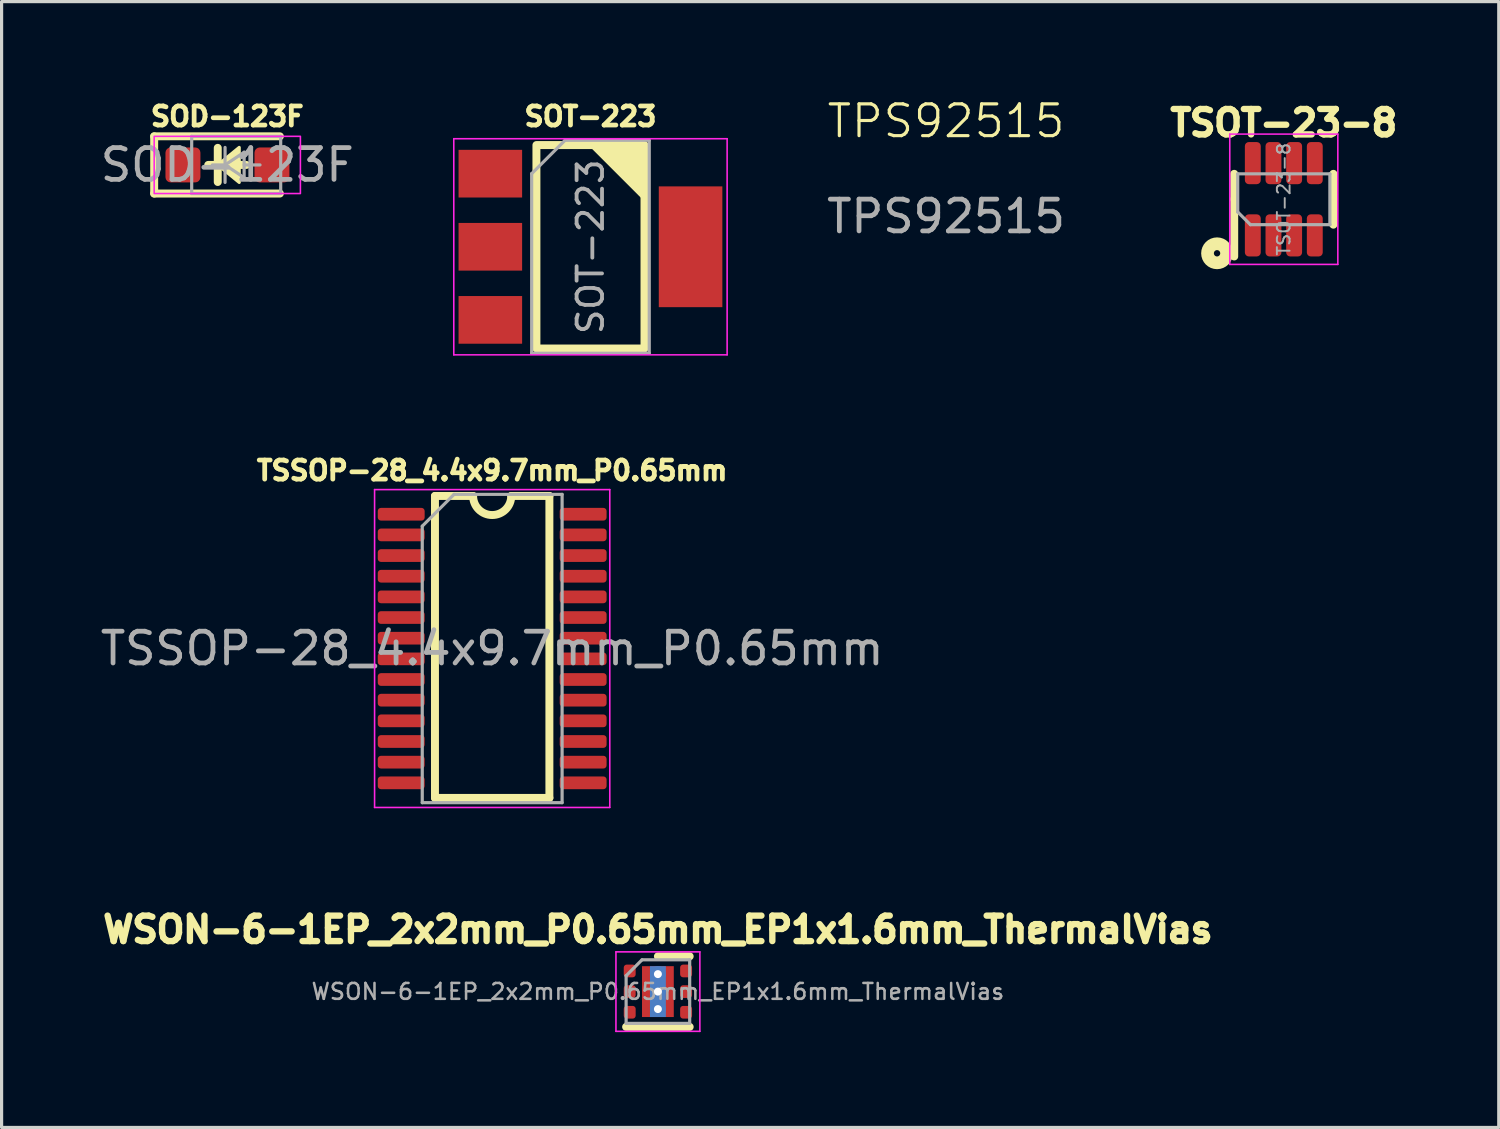
<source format=kicad_pcb>
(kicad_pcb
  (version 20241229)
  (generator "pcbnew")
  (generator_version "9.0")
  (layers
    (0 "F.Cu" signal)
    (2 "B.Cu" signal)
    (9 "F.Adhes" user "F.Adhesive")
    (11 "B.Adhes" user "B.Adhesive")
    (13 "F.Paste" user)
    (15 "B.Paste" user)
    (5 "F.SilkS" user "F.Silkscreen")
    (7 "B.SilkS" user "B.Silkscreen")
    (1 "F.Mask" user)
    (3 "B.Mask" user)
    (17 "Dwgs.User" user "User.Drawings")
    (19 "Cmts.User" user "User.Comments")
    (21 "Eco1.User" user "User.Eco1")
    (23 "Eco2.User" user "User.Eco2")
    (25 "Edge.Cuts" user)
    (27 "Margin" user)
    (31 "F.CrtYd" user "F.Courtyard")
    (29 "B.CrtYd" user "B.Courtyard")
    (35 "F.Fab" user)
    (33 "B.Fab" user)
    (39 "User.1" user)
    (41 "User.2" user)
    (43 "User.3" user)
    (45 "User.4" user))
  (footprint "TSOT-23-8"
    (layer "F.Cu")
    (at 37.341 3.219)
    (property "Reference" "TSOT-23-8" (at 0 -2.4 0) (layer "F.SilkS") (effects (font (size 0.8 0.8) (thickness 0.2) (bold yes))))
    (attr smd)
    (fp_line (start -1.56 0) (end -1.56 -0.8) (stroke (width 0.25) (type solid)) (layer "F.SilkS"))
    (fp_line (start -1.56 0) (end -1.56 1.8) (stroke (width 0.25) (type solid)) (layer "F.SilkS"))
    (fp_line (start 1.56 0) (end 1.56 -0.8) (stroke (width 0.25) (type solid)) (layer "F.SilkS"))
    (fp_line (start 1.56 0) (end 1.56 0.8) (stroke (width 0.25) (type solid)) (layer "F.SilkS"))
    (fp_circle (center -2.1 1.7) (end -2 1.7) (stroke (width 0.4) (type default)) (fill no) (layer "F.SilkS"))
    (fp_line (start -1.7 -2.05) (end -1.7 2.05) (stroke (width 0.05) (type solid)) (layer "F.CrtYd"))
    (fp_line (start -1.7 2.05) (end 1.7 2.05) (stroke (width 0.05) (type solid)) (layer "F.CrtYd"))
    (fp_line (start 1.7 -2.05) (end -1.7 -2.05) (stroke (width 0.05) (type solid)) (layer "F.CrtYd"))
    (fp_line (start 1.7 2.05) (end 1.7 -2.05) (stroke (width 0.05) (type solid)) (layer "F.CrtYd"))
    (fp_line (start -1.45 -0.8) (end 1.45 -0.8) (stroke (width 0.1) (type solid)) (layer "F.Fab"))
    (fp_line (start -1.45 0.4) (end -1.45 -0.8) (stroke (width 0.1) (type solid)) (layer "F.Fab"))
    (fp_line (start -1.05 0.8) (end -1.45 0.4) (stroke (width 0.1) (type solid)) (layer "F.Fab"))
    (fp_line (start 1.45 -0.8) (end 1.45 0.8) (stroke (width 0.1) (type solid)) (layer "F.Fab"))
    (fp_line (start 1.45 0.8) (end -1.05 0.8) (stroke (width 0.1) (type solid)) (layer "F.Fab"))
    (fp_text user "${REFERENCE}" (at 0 0 90) (layer "F.Fab") (effects (font (size 0.4 0.4) (thickness 0.06))))
    (pad "1" smd roundrect (at -0.975 1.137 90) (size 1.325 0.5) (layers "F.Cu" "F.Mask" "F.Paste") (roundrect_rratio 0.25))
    (pad "2" smd roundrect (at -0.325 1.137 90) (size 1.325 0.5) (layers "F.Cu" "F.Mask" "F.Paste") (roundrect_rratio 0.25))
    (pad "3" smd roundrect (at 0.325 1.137 90) (size 1.325 0.5) (layers "F.Cu" "F.Mask" "F.Paste") (roundrect_rratio 0.25))
    (pad "4" smd roundrect (at 0.975 1.137 90) (size 1.325 0.5) (layers "F.Cu" "F.Mask" "F.Paste") (roundrect_rratio 0.25))
    (pad "5" smd roundrect (at 0.975 -1.137 90) (size 1.325 0.5) (layers "F.Cu" "F.Mask" "F.Paste") (roundrect_rratio 0.25))
    (pad "6" smd roundrect (at 0.325 -1.137 90) (size 1.325 0.5) (layers "F.Cu" "F.Mask" "F.Paste") (roundrect_rratio 0.25))
    (pad "7" smd roundrect (at -0.325 -1.137 90) (size 1.325 0.5) (layers "F.Cu" "F.Mask" "F.Paste") (roundrect_rratio 0.25))
    (pad "8" smd roundrect (at -0.975 -1.137 90) (size 1.325 0.5) (layers "F.Cu" "F.Mask" "F.Paste") (roundrect_rratio 0.25)))
  (footprint "SOD-123F"
    (layer "F.Cu")
    (at 4.101 2.139)
    (property "Reference" "SOD-123F" (at 0 -1.525 0) (unlocked yes) (layer "F.SilkS") (effects (font (size 0.6 0.6) (thickness 0.15) (bold yes))))
    (attr smd)
    (fp_line (start -2.3 -0.9) (end -2.3 0.9) (stroke (width 0.25) (type solid)) (layer "F.SilkS"))
    (fp_line (start -2.3 -0.9) (end 1.655 -0.9) (stroke (width 0.25) (type solid)) (layer "F.SilkS"))
    (fp_line (start -2.3 0.9) (end 1.655 0.9) (stroke (width 0.25) (type solid)) (layer "F.SilkS"))
    (fp_line (start -0.6 0) (end 0.6 0) (stroke (width 0.25) (type solid)) (layer "F.SilkS"))
    (fp_line (start -0.3 -0.537) (end -0.3 0.537) (stroke (width 0.25) (type solid)) (layer "F.SilkS"))
    (fp_poly (pts (xy -0.3 0) (xy 0.375 -0.55) (xy 0.375 0.55)) (stroke (width 0.1) (type solid)) (fill yes) (layer "F.SilkS"))
    (fp_rect (start -2.3 -0.9) (end 2.3 0.9) (stroke (width 0.05) (type default)) (fill no) (layer "F.CrtYd"))
    (fp_line (start -1.12 -0.9) (end 1.68 -0.9) (stroke (width 0.1) (type solid)) (layer "F.Fab"))
    (fp_line (start -1.12 0.9) (end -1.12 -0.9) (stroke (width 0.1) (type solid)) (layer "F.Fab"))
    (fp_line (start -0.47 0) (end -0.07 0) (stroke (width 0.1) (type solid)) (layer "F.Fab"))
    (fp_line (start -0.07 0) (end -0.07 -0.55) (stroke (width 0.1) (type solid)) (layer "F.Fab"))
    (fp_line (start -0.07 0) (end -0.07 0.55) (stroke (width 0.1) (type solid)) (layer "F.Fab"))
    (fp_line (start -0.07 0) (end 0.53 -0.4) (stroke (width 0.1) (type solid)) (layer "F.Fab"))
    (fp_line (start 0.53 -0.4) (end 0.53 0.4) (stroke (width 0.1) (type solid)) (layer "F.Fab"))
    (fp_line (start 0.53 0) (end 1.03 0) (stroke (width 0.1) (type solid)) (layer "F.Fab"))
    (fp_line (start 0.53 0.4) (end -0.07 0) (stroke (width 0.1) (type solid)) (layer "F.Fab"))
    (fp_line (start 1.68 -0.9) (end 1.68 0.9) (stroke (width 0.1) (type solid)) (layer "F.Fab"))
    (fp_line (start 1.68 0.9) (end -1.12 0.9) (stroke (width 0.1) (type solid)) (layer "F.Fab"))
    (fp_text user "${REFERENCE}" (at 0 0 0) (unlocked yes) (layer "F.Fab") (effects (font (size 1 1) (thickness 0.15))))
    (pad "1" smd roundrect (at -1.395 0) (size 1.1 1.1) (layers "F.Cu" "F.Mask" "F.Paste") (roundrect_rratio 0.15))
    (pad "2" smd roundrect (at 1.405 0) (size 1.1 1.1) (layers "F.Cu" "F.Mask" "F.Paste") (roundrect_rratio 0.15)))
  (footprint "TPS92515"
    (layer "F.Cu")
    (at 26.715 1.26)
    (property "Reference" "TPS92515" (at 0 -0.5 0) (unlocked yes) (layer "F.SilkS") (effects (font (size 1 1) (thickness 0.1))))
    (attr smd)
    (fp_text user "${REFERENCE}" (at 0 2.5 0) (unlocked yes) (layer "F.Fab") (effects (font (size 1 1) (thickness 0.15)))))
  (footprint "SOT-223"
    (layer "F.Cu")
    (at 15.527 4.714)
    (property "Reference" "SOT-223" (at 0 -4.1 0) (layer "F.SilkS") (effects (font (size 0.6 0.6) (thickness 0.15))))
    (attr smd)
    (fp_rect (start -1.7 -3.2) (end 1.7 3.2) (stroke (width 0.25) (type default)) (fill no) (layer "F.SilkS"))
    (fp_poly (pts (xy 1.7 -3.2) (xy 0 -3.2) (xy 1.7 -1.5)) (stroke (width 0.1) (type solid)) (fill yes) (layer "F.SilkS"))
    (fp_line (start -4.3 -3.4) (end -4.3 3.4) (stroke (width 0.05) (type solid)) (layer "F.CrtYd"))
    (fp_line (start -4.3 3.4) (end 4.3 3.4) (stroke (width 0.05) (type solid)) (layer "F.CrtYd"))
    (fp_line (start 4.3 -3.4) (end -4.3 -3.4) (stroke (width 0.05) (type solid)) (layer "F.CrtYd"))
    (fp_line (start 4.3 3.4) (end 4.3 -3.4) (stroke (width 0.05) (type solid)) (layer "F.CrtYd"))
    (fp_line (start -1.85 -2.3) (end -1.85 3.35) (stroke (width 0.1) (type solid)) (layer "F.Fab"))
    (fp_line (start -1.85 -2.3) (end -0.8 -3.35) (stroke (width 0.1) (type solid)) (layer "F.Fab"))
    (fp_line (start -1.85 3.35) (end 1.85 3.35) (stroke (width 0.1) (type solid)) (layer "F.Fab"))
    (fp_line (start -0.8 -3.35) (end 1.85 -3.35) (stroke (width 0.1) (type solid)) (layer "F.Fab"))
    (fp_line (start 1.85 -3.35) (end 1.85 3.35) (stroke (width 0.1) (type solid)) (layer "F.Fab"))
    (fp_text user "${REFERENCE}" (at 0 0 90) (layer "F.Fab") (effects (font (size 0.8 0.8) (thickness 0.12))))
    (pad "1" smd rect (at -3.15 -2.3) (size 2 1.5) (layers "F.Cu" "F.Mask" "F.Paste"))
    (pad "2" smd rect (at -3.15 0) (size 2 1.5) (layers "F.Cu" "F.Mask" "F.Paste"))
    (pad "2" smd rect (at 3.15 0) (size 2 3.8) (layers "F.Cu" "F.Mask" "F.Paste"))
    (pad "3" smd rect (at -3.15 2.3) (size 2 1.5) (layers "F.Cu" "F.Mask" "F.Paste")))
  (footprint "WSON-6-1EP_2x2mm_P0.65mm_EP1x1.6mm_ThermalVias"
    (layer "F.Cu")
    (at 17.649 28.148)
    (property "Reference" "WSON-6-1EP_2x2mm_P0.65mm_EP1x1.6mm_ThermalVias" (at 0 -1.95 0) (layer "F.SilkS") (effects (font (size 0.8 0.8) (thickness 0.2) (bold yes))))
    (attr smd)
    (fp_line (start -1 1.11) (end 1 1.11) (stroke (width 0.25) (type solid)) (layer "F.SilkS"))
    (fp_line (start 0 -1.11) (end 1 -1.11) (stroke (width 0.25) (type solid)) (layer "F.SilkS"))
    (fp_line (start -1.32 -1.25) (end -1.32 1.25) (stroke (width 0.05) (type solid)) (layer "F.CrtYd"))
    (fp_line (start -1.32 1.25) (end 1.32 1.25) (stroke (width 0.05) (type solid)) (layer "F.CrtYd"))
    (fp_line (start 1.32 -1.25) (end -1.32 -1.25) (stroke (width 0.05) (type solid)) (layer "F.CrtYd"))
    (fp_line (start 1.32 1.25) (end 1.32 -1.25) (stroke (width 0.05) (type solid)) (layer "F.CrtYd"))
    (fp_line (start -1 -0.5) (end -0.5 -1) (stroke (width 0.1) (type solid)) (layer "F.Fab"))
    (fp_line (start -1 1) (end -1 -0.5) (stroke (width 0.1) (type solid)) (layer "F.Fab"))
    (fp_line (start -0.5 -1) (end 1 -1) (stroke (width 0.1) (type solid)) (layer "F.Fab"))
    (fp_line (start 1 -1) (end 1 1) (stroke (width 0.1) (type solid)) (layer "F.Fab"))
    (fp_line (start 1 1) (end -1 1) (stroke (width 0.1) (type solid)) (layer "F.Fab"))
    (fp_text user "${REFERENCE}" (at 0 0 0) (layer "F.Fab") (effects (font (size 0.5 0.5) (thickness 0.08))))
    (pad "" smd roundrect (at 0 -0.4) (size 0.87 0.69) (layers "F.Paste") (roundrect_rratio 0.25))
    (pad "" smd roundrect (at 0 0.4) (size 0.87 0.69) (layers "F.Paste") (roundrect_rratio 0.25))
    (pad "1" smd roundrect (at -0.887 -0.65) (size 0.375 0.4) (layers "F.Cu" "F.Mask" "F.Paste") (roundrect_rratio 0.25))
    (pad "2" smd roundrect (at -0.887 0) (size 0.375 0.4) (layers "F.Cu" "F.Mask" "F.Paste") (roundrect_rratio 0.25))
    (pad "3" smd roundrect (at -0.887 0.65) (size 0.375 0.4) (layers "F.Cu" "F.Mask" "F.Paste") (roundrect_rratio 0.25))
    (pad "4" smd roundrect (at 0.887 0.65) (size 0.375 0.4) (layers "F.Cu" "F.Mask" "F.Paste") (roundrect_rratio 0.25))
    (pad "5" smd roundrect (at 0.887 0) (size 0.375 0.4) (layers "F.Cu" "F.Mask" "F.Paste") (roundrect_rratio 0.25))
    (pad "6" smd roundrect (at 0.887 -0.65) (size 0.375 0.4) (layers "F.Cu" "F.Mask" "F.Paste") (roundrect_rratio 0.25))
    (pad "7" thru_hole circle (at 0 -0.55) (size 0.5 0.5) (drill 0.25) (layers "*.Cu"))
    (pad "7" thru_hole circle (at 0 0) (size 0.5 0.5) (drill 0.25) (layers "*.Cu"))
    (pad "7" smd rect (at 0 0) (size 0.5 1.6) (layers "B.Cu"))
    (pad "7" smd rect (at 0 0) (size 1 1.6) (layers "F.Cu" "F.Mask"))
    (pad "7" thru_hole circle (at 0 0.55) (size 0.5 0.5) (drill 0.25) (layers "*.Cu")))
  (footprint "TSSOP-28_4.4x9.7mm_P0.65mm"
    (layer "F.Cu")
    (at 12.435 17.354)
    (property "Reference" "TSSOP-28_4.4x9.7mm_P0.65mm" (at 0 -5.6 0) (layer "F.SilkS") (effects (font (size 0.6 0.6) (thickness 0.15))))
    (attr smd)
    (fp_line (start -1.8 -4.8) (end -1.8 4.7) (stroke (width 0.25) (type default)) (layer "F.SilkS"))
    (fp_line (start -1.8 4.7) (end 1.8 4.7) (stroke (width 0.25) (type default)) (layer "F.SilkS"))
    (fp_line (start -0.6 -4.8) (end -1.8 -4.8) (stroke (width 0.25) (type default)) (layer "F.SilkS"))
    (fp_line (start 0.6 -4.8) (end 1.8 -4.8) (stroke (width 0.25) (type default)) (layer "F.SilkS"))
    (fp_line (start 1.8 4.7) (end 1.8 -4.8) (stroke (width 0.25) (type default)) (layer "F.SilkS"))
    (fp_arc (start 0.6 -4.8) (mid 0 -4.2) (end -0.6 -4.8) (stroke (width 0.25) (type default)) (layer "F.SilkS"))
    (fp_line (start -3.7 -5) (end -3.7 5) (stroke (width 0.05) (type solid)) (layer "F.CrtYd"))
    (fp_line (start -3.7 5) (end 3.7 5) (stroke (width 0.05) (type solid)) (layer "F.CrtYd"))
    (fp_line (start 3.7 -5) (end -3.7 -5) (stroke (width 0.05) (type solid)) (layer "F.CrtYd"))
    (fp_line (start 3.7 5) (end 3.7 -5) (stroke (width 0.05) (type solid)) (layer "F.CrtYd"))
    (fp_line (start -2.2 -3.85) (end -1.2 -4.85) (stroke (width 0.1) (type solid)) (layer "F.Fab"))
    (fp_line (start -2.2 4.85) (end -2.2 -3.85) (stroke (width 0.1) (type solid)) (layer "F.Fab"))
    (fp_line (start -1.2 -4.85) (end 2.2 -4.85) (stroke (width 0.1) (type solid)) (layer "F.Fab"))
    (fp_line (start 2.2 -4.85) (end 2.2 4.85) (stroke (width 0.1) (type solid)) (layer "F.Fab"))
    (fp_line (start 2.2 4.85) (end -2.2 4.85) (stroke (width 0.1) (type solid)) (layer "F.Fab"))
    (fp_text user "${REFERENCE}" (at 0 0 0) (layer "F.Fab") (effects (font (size 1 1) (thickness 0.15))))
    (pad "1" smd roundrect (at -2.862 -4.225) (size 1.475 0.4) (layers "F.Cu" "F.Mask" "F.Paste") (roundrect_rratio 0.25))
    (pad "2" smd roundrect (at -2.862 -3.575) (size 1.475 0.4) (layers "F.Cu" "F.Mask" "F.Paste") (roundrect_rratio 0.25))
    (pad "3" smd roundrect (at -2.862 -2.925) (size 1.475 0.4) (layers "F.Cu" "F.Mask" "F.Paste") (roundrect_rratio 0.25))
    (pad "4" smd roundrect (at -2.862 -2.275) (size 1.475 0.4) (layers "F.Cu" "F.Mask" "F.Paste") (roundrect_rratio 0.25))
    (pad "5" smd roundrect (at -2.862 -1.625) (size 1.475 0.4) (layers "F.Cu" "F.Mask" "F.Paste") (roundrect_rratio 0.25))
    (pad "6" smd roundrect (at -2.862 -0.975) (size 1.475 0.4) (layers "F.Cu" "F.Mask" "F.Paste") (roundrect_rratio 0.25))
    (pad "7" smd roundrect (at -2.862 -0.325) (size 1.475 0.4) (layers "F.Cu" "F.Mask" "F.Paste") (roundrect_rratio 0.25))
    (pad "8" smd roundrect (at -2.862 0.325) (size 1.475 0.4) (layers "F.Cu" "F.Mask" "F.Paste") (roundrect_rratio 0.25))
    (pad "9" smd roundrect (at -2.862 0.975) (size 1.475 0.4) (layers "F.Cu" "F.Mask" "F.Paste") (roundrect_rratio 0.25))
    (pad "10" smd roundrect (at -2.862 1.625) (size 1.475 0.4) (layers "F.Cu" "F.Mask" "F.Paste") (roundrect_rratio 0.25))
    (pad "11" smd roundrect (at -2.862 2.275) (size 1.475 0.4) (layers "F.Cu" "F.Mask" "F.Paste") (roundrect_rratio 0.25))
    (pad "12" smd roundrect (at -2.862 2.925) (size 1.475 0.4) (layers "F.Cu" "F.Mask" "F.Paste") (roundrect_rratio 0.25))
    (pad "13" smd roundrect (at -2.862 3.575) (size 1.475 0.4) (layers "F.Cu" "F.Mask" "F.Paste") (roundrect_rratio 0.25))
    (pad "14" smd roundrect (at -2.862 4.225) (size 1.475 0.4) (layers "F.Cu" "F.Mask" "F.Paste") (roundrect_rratio 0.25))
    (pad "15" smd roundrect (at 2.862 4.225) (size 1.475 0.4) (layers "F.Cu" "F.Mask" "F.Paste") (roundrect_rratio 0.25))
    (pad "16" smd roundrect (at 2.862 3.575) (size 1.475 0.4) (layers "F.Cu" "F.Mask" "F.Paste") (roundrect_rratio 0.25))
    (pad "17" smd roundrect (at 2.862 2.925) (size 1.475 0.4) (layers "F.Cu" "F.Mask" "F.Paste") (roundrect_rratio 0.25))
    (pad "18" smd roundrect (at 2.862 2.275) (size 1.475 0.4) (layers "F.Cu" "F.Mask" "F.Paste") (roundrect_rratio 0.25))
    (pad "19" smd roundrect (at 2.862 1.625) (size 1.475 0.4) (layers "F.Cu" "F.Mask" "F.Paste") (roundrect_rratio 0.25))
    (pad "20" smd roundrect (at 2.862 0.975) (size 1.475 0.4) (layers "F.Cu" "F.Mask" "F.Paste") (roundrect_rratio 0.25))
    (pad "21" smd roundrect (at 2.862 0.325) (size 1.475 0.4) (layers "F.Cu" "F.Mask" "F.Paste") (roundrect_rratio 0.25))
    (pad "22" smd roundrect (at 2.862 -0.325) (size 1.475 0.4) (layers "F.Cu" "F.Mask" "F.Paste") (roundrect_rratio 0.25))
    (pad "23" smd roundrect (at 2.862 -0.975) (size 1.475 0.4) (layers "F.Cu" "F.Mask" "F.Paste") (roundrect_rratio 0.25))
    (pad "24" smd roundrect (at 2.862 -1.625) (size 1.475 0.4) (layers "F.Cu" "F.Mask" "F.Paste") (roundrect_rratio 0.25))
    (pad "25" smd roundrect (at 2.862 -2.275) (size 1.475 0.4) (layers "F.Cu" "F.Mask" "F.Paste") (roundrect_rratio 0.25))
    (pad "26" smd roundrect (at 2.862 -2.925) (size 1.475 0.4) (layers "F.Cu" "F.Mask" "F.Paste") (roundrect_rratio 0.25))
    (pad "27" smd roundrect (at 2.862 -3.575) (size 1.475 0.4) (layers "F.Cu" "F.Mask" "F.Paste") (roundrect_rratio 0.25))
    (pad "28" smd roundrect (at 2.862 -4.225) (size 1.475 0.4) (layers "F.Cu" "F.Mask" "F.Paste") (roundrect_rratio 0.25)))
  (gr_rect
    (start -3 -3)
    (end 44.104 32.422)
    (stroke (width 0.1) (type default))
    (fill no)
    (layer "Edge.Cuts")))
</source>
